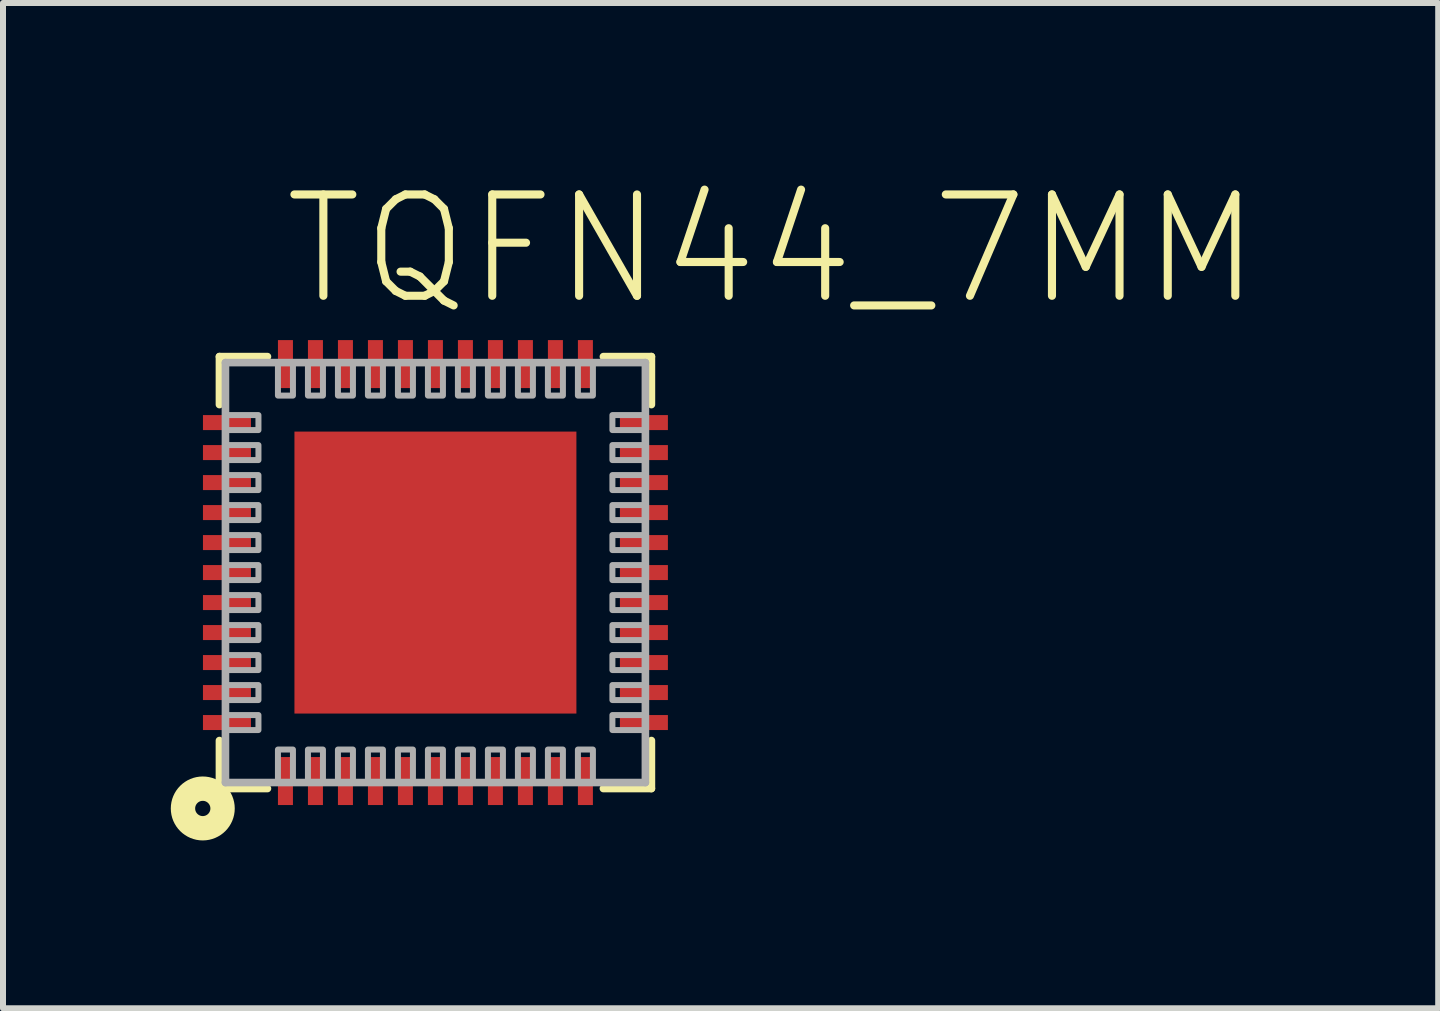
<source format=kicad_pcb>
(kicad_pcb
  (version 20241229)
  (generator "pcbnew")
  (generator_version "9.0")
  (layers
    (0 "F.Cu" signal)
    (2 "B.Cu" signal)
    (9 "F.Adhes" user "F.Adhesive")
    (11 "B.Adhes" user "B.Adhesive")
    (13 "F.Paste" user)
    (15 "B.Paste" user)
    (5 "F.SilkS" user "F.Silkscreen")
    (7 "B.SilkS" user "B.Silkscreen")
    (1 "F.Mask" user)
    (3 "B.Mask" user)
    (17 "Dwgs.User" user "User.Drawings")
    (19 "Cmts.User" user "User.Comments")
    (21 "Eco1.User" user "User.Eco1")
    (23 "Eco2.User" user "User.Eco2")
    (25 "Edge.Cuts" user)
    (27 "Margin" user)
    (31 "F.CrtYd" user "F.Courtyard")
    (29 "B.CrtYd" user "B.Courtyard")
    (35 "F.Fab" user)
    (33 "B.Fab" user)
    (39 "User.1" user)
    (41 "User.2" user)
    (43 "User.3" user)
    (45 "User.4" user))
  (footprint "TQFN44_7MM"
    (layer "F.Cu")
    (at 4.208 6.494)
    (property "Reference" "TQFN44_7MM" (at -2.6 -4.4 0) (layer "F.SilkS") (effects (font (size 1.689 1.689) (thickness 0.135)) (justify left bottom)))
    (attr through_hole)
    (fp_line (start -3.6 -3.6) (end -3.6 -2.8) (stroke (width 0.127) (type solid)) (layer "F.SilkS"))
    (fp_line (start -3.6 2.8) (end -3.6 3.6) (stroke (width 0.127) (type solid)) (layer "F.SilkS"))
    (fp_line (start -3.6 3.6) (end -2.8 3.6) (stroke (width 0.127) (type solid)) (layer "F.SilkS"))
    (fp_line (start -2.8 -3.6) (end -3.6 -3.6) (stroke (width 0.127) (type solid)) (layer "F.SilkS"))
    (fp_line (start 2.8 -3.6) (end 3.6 -3.6) (stroke (width 0.127) (type solid)) (layer "F.SilkS"))
    (fp_line (start 3.6 -3.6) (end 3.6 -2.8) (stroke (width 0.127) (type solid)) (layer "F.SilkS"))
    (fp_line (start 3.6 2.8) (end 3.6 3.6) (stroke (width 0.127) (type solid)) (layer "F.SilkS"))
    (fp_line (start 3.6 3.6) (end 2.8 3.6) (stroke (width 0.127) (type solid)) (layer "F.SilkS"))
    (fp_circle (center -3.878 3.932) (end -3.751 3.932) (stroke (width 0.406) (type solid)) (fill no) (layer "F.SilkS"))
    (fp_poly (pts (xy -2 -0.5) (xy -1 -0.5) (xy -1 -2) (xy -2 -2)) (stroke (width 0) (type solid)) (fill yes) (layer "F.Paste"))
    (fp_poly (pts (xy -2 2) (xy -1 2) (xy -1 0.5) (xy -2 0.5)) (stroke (width 0) (type solid)) (fill yes) (layer "F.Paste"))
    (fp_poly (pts (xy -0.5 -0.5) (xy 0.5 -0.5) (xy 0.5 -2) (xy -0.5 -2)) (stroke (width 0) (type solid)) (fill yes) (layer "F.Paste"))
    (fp_poly (pts (xy -0.5 2) (xy 0.5 2) (xy 0.5 0.5) (xy -0.5 0.5)) (stroke (width 0) (type solid)) (fill yes) (layer "F.Paste"))
    (fp_poly (pts (xy 1 -0.5) (xy 2 -0.5) (xy 2 -2) (xy 1 -2)) (stroke (width 0) (type solid)) (fill yes) (layer "F.Paste"))
    (fp_poly (pts (xy 1 2) (xy 2 2) (xy 2 0.5) (xy 1 0.5)) (stroke (width 0) (type solid)) (fill yes) (layer "F.Paste"))
    (fp_line (start -3.5 -3.5) (end 3.5 -3.5) (stroke (width 0.127) (type solid)) (layer "F.Fab"))
    (fp_line (start -3.5 3.5) (end -3.5 -3.5) (stroke (width 0.127) (type solid)) (layer "F.Fab"))
    (fp_line (start 3.5 -3.5) (end 3.5 3.5) (stroke (width 0.127) (type solid)) (layer "F.Fab"))
    (fp_line (start 3.5 3.5) (end -3.5 3.5) (stroke (width 0.127) (type solid)) (layer "F.Fab"))
    (fp_poly (pts (xy -3.5 -2.375) (xy -2.95 -2.375) (xy -2.95 -2.625) (xy -3.5 -2.625)) (stroke (width 0.1) (type solid)) (fill no) (layer "F.Fab"))
    (fp_poly (pts (xy -3.5 -1.875) (xy -2.95 -1.875) (xy -2.95 -2.125) (xy -3.5 -2.125)) (stroke (width 0.1) (type solid)) (fill no) (layer "F.Fab"))
    (fp_poly (pts (xy -3.5 -1.375) (xy -2.95 -1.375) (xy -2.95 -1.625) (xy -3.5 -1.625)) (stroke (width 0.1) (type solid)) (fill no) (layer "F.Fab"))
    (fp_poly (pts (xy -3.5 -0.875) (xy -2.95 -0.875) (xy -2.95 -1.125) (xy -3.5 -1.125)) (stroke (width 0.1) (type solid)) (fill no) (layer "F.Fab"))
    (fp_poly (pts (xy -3.5 -0.375) (xy -2.95 -0.375) (xy -2.95 -0.625) (xy -3.5 -0.625)) (stroke (width 0.1) (type solid)) (fill no) (layer "F.Fab"))
    (fp_poly (pts (xy -3.5 0.125) (xy -2.95 0.125) (xy -2.95 -0.125) (xy -3.5 -0.125)) (stroke (width 0.1) (type solid)) (fill no) (layer "F.Fab"))
    (fp_poly (pts (xy -3.5 0.625) (xy -2.95 0.625) (xy -2.95 0.375) (xy -3.5 0.375)) (stroke (width 0.1) (type solid)) (fill no) (layer "F.Fab"))
    (fp_poly (pts (xy -3.5 1.125) (xy -2.95 1.125) (xy -2.95 0.875) (xy -3.5 0.875)) (stroke (width 0.1) (type solid)) (fill no) (layer "F.Fab"))
    (fp_poly (pts (xy -3.5 1.625) (xy -2.95 1.625) (xy -2.95 1.375) (xy -3.5 1.375)) (stroke (width 0.1) (type solid)) (fill no) (layer "F.Fab"))
    (fp_poly (pts (xy -3.5 2.125) (xy -2.95 2.125) (xy -2.95 1.875) (xy -3.5 1.875)) (stroke (width 0.1) (type solid)) (fill no) (layer "F.Fab"))
    (fp_poly (pts (xy -3.5 2.625) (xy -2.95 2.625) (xy -2.95 2.375) (xy -3.5 2.375)) (stroke (width 0.1) (type solid)) (fill no) (layer "F.Fab"))
    (fp_poly (pts (xy -2.625 -3.5) (xy -2.625 -2.95) (xy -2.375 -2.95) (xy -2.375 -3.5)) (stroke (width 0.1) (type solid)) (fill no) (layer "F.Fab"))
    (fp_poly (pts (xy -2.375 3.5) (xy -2.375 2.95) (xy -2.625 2.95) (xy -2.625 3.5)) (stroke (width 0.1) (type solid)) (fill no) (layer "F.Fab"))
    (fp_poly (pts (xy -2.125 -3.5) (xy -2.125 -2.95) (xy -1.875 -2.95) (xy -1.875 -3.5)) (stroke (width 0.1) (type solid)) (fill no) (layer "F.Fab"))
    (fp_poly (pts (xy -1.875 3.5) (xy -1.875 2.95) (xy -2.125 2.95) (xy -2.125 3.5)) (stroke (width 0.1) (type solid)) (fill no) (layer "F.Fab"))
    (fp_poly (pts (xy -1.625 -3.5) (xy -1.625 -2.95) (xy -1.375 -2.95) (xy -1.375 -3.5)) (stroke (width 0.1) (type solid)) (fill no) (layer "F.Fab"))
    (fp_poly (pts (xy -1.375 3.5) (xy -1.375 2.95) (xy -1.625 2.95) (xy -1.625 3.5)) (stroke (width 0.1) (type solid)) (fill no) (layer "F.Fab"))
    (fp_poly (pts (xy -1.125 -3.5) (xy -1.125 -2.95) (xy -0.875 -2.95) (xy -0.875 -3.5)) (stroke (width 0.1) (type solid)) (fill no) (layer "F.Fab"))
    (fp_poly (pts (xy -0.875 3.5) (xy -0.875 2.95) (xy -1.125 2.95) (xy -1.125 3.5)) (stroke (width 0.1) (type solid)) (fill no) (layer "F.Fab"))
    (fp_poly (pts (xy -0.625 -3.5) (xy -0.625 -2.95) (xy -0.375 -2.95) (xy -0.375 -3.5)) (stroke (width 0.1) (type solid)) (fill no) (layer "F.Fab"))
    (fp_poly (pts (xy -0.375 3.5) (xy -0.375 2.95) (xy -0.625 2.95) (xy -0.625 3.5)) (stroke (width 0.1) (type solid)) (fill no) (layer "F.Fab"))
    (fp_poly (pts (xy -0.125 -3.5) (xy -0.125 -2.95) (xy 0.125 -2.95) (xy 0.125 -3.5)) (stroke (width 0.1) (type solid)) (fill no) (layer "F.Fab"))
    (fp_poly (pts (xy 0.125 3.5) (xy 0.125 2.95) (xy -0.125 2.95) (xy -0.125 3.5)) (stroke (width 0.1) (type solid)) (fill no) (layer "F.Fab"))
    (fp_poly (pts (xy 0.375 -3.5) (xy 0.375 -2.95) (xy 0.625 -2.95) (xy 0.625 -3.5)) (stroke (width 0.1) (type solid)) (fill no) (layer "F.Fab"))
    (fp_poly (pts (xy 0.625 3.5) (xy 0.625 2.95) (xy 0.375 2.95) (xy 0.375 3.5)) (stroke (width 0.1) (type solid)) (fill no) (layer "F.Fab"))
    (fp_poly (pts (xy 0.875 -3.5) (xy 0.875 -2.95) (xy 1.125 -2.95) (xy 1.125 -3.5)) (stroke (width 0.1) (type solid)) (fill no) (layer "F.Fab"))
    (fp_poly (pts (xy 1.125 3.5) (xy 1.125 2.95) (xy 0.875 2.95) (xy 0.875 3.5)) (stroke (width 0.1) (type solid)) (fill no) (layer "F.Fab"))
    (fp_poly (pts (xy 1.375 -3.5) (xy 1.375 -2.95) (xy 1.625 -2.95) (xy 1.625 -3.5)) (stroke (width 0.1) (type solid)) (fill no) (layer "F.Fab"))
    (fp_poly (pts (xy 1.625 3.5) (xy 1.625 2.95) (xy 1.375 2.95) (xy 1.375 3.5)) (stroke (width 0.1) (type solid)) (fill no) (layer "F.Fab"))
    (fp_poly (pts (xy 1.875 -3.5) (xy 1.875 -2.95) (xy 2.125 -2.95) (xy 2.125 -3.5)) (stroke (width 0.1) (type solid)) (fill no) (layer "F.Fab"))
    (fp_poly (pts (xy 2.125 3.5) (xy 2.125 2.95) (xy 1.875 2.95) (xy 1.875 3.5)) (stroke (width 0.1) (type solid)) (fill no) (layer "F.Fab"))
    (fp_poly (pts (xy 2.375 -3.5) (xy 2.375 -2.95) (xy 2.625 -2.95) (xy 2.625 -3.5)) (stroke (width 0.1) (type solid)) (fill no) (layer "F.Fab"))
    (fp_poly (pts (xy 2.625 3.5) (xy 2.625 2.95) (xy 2.375 2.95) (xy 2.375 3.5)) (stroke (width 0.1) (type solid)) (fill no) (layer "F.Fab"))
    (fp_poly (pts (xy 3.5 -2.625) (xy 2.95 -2.625) (xy 2.95 -2.375) (xy 3.5 -2.375)) (stroke (width 0.1) (type solid)) (fill no) (layer "F.Fab"))
    (fp_poly (pts (xy 3.5 -2.125) (xy 2.95 -2.125) (xy 2.95 -1.875) (xy 3.5 -1.875)) (stroke (width 0.1) (type solid)) (fill no) (layer "F.Fab"))
    (fp_poly (pts (xy 3.5 -1.625) (xy 2.95 -1.625) (xy 2.95 -1.375) (xy 3.5 -1.375)) (stroke (width 0.1) (type solid)) (fill no) (layer "F.Fab"))
    (fp_poly (pts (xy 3.5 -1.125) (xy 2.95 -1.125) (xy 2.95 -0.875) (xy 3.5 -0.875)) (stroke (width 0.1) (type solid)) (fill no) (layer "F.Fab"))
    (fp_poly (pts (xy 3.5 -0.625) (xy 2.95 -0.625) (xy 2.95 -0.375) (xy 3.5 -0.375)) (stroke (width 0.1) (type solid)) (fill no) (layer "F.Fab"))
    (fp_poly (pts (xy 3.5 -0.125) (xy 2.95 -0.125) (xy 2.95 0.125) (xy 3.5 0.125)) (stroke (width 0.1) (type solid)) (fill no) (layer "F.Fab"))
    (fp_poly (pts (xy 3.5 0.375) (xy 2.95 0.375) (xy 2.95 0.625) (xy 3.5 0.625)) (stroke (width 0.1) (type solid)) (fill no) (layer "F.Fab"))
    (fp_poly (pts (xy 3.5 0.875) (xy 2.95 0.875) (xy 2.95 1.125) (xy 3.5 1.125)) (stroke (width 0.1) (type solid)) (fill no) (layer "F.Fab"))
    (fp_poly (pts (xy 3.5 1.375) (xy 2.95 1.375) (xy 2.95 1.625) (xy 3.5 1.625)) (stroke (width 0.1) (type solid)) (fill no) (layer "F.Fab"))
    (fp_poly (pts (xy 3.5 1.875) (xy 2.95 1.875) (xy 2.95 2.125) (xy 3.5 2.125)) (stroke (width 0.1) (type solid)) (fill no) (layer "F.Fab"))
    (fp_poly (pts (xy 3.5 2.375) (xy 2.95 2.375) (xy 2.95 2.625) (xy 3.5 2.625)) (stroke (width 0.1) (type solid)) (fill no) (layer "F.Fab"))
    (pad "1" smd rect (at -2.5 3.475 90) (size 0.8 0.25) (layers "F.Cu" "F.Mask" "F.Paste"))
    (pad "2" smd rect (at -2 3.475 90) (size 0.8 0.25) (layers "F.Cu" "F.Mask" "F.Paste"))
    (pad "3" smd rect (at -1.5 3.475 90) (size 0.8 0.25) (layers "F.Cu" "F.Mask" "F.Paste"))
    (pad "4" smd rect (at -1 3.475 90) (size 0.8 0.25) (layers "F.Cu" "F.Mask" "F.Paste"))
    (pad "5" smd rect (at -0.5 3.475 90) (size 0.8 0.25) (layers "F.Cu" "F.Mask" "F.Paste"))
    (pad "6" smd rect (at 0 3.475 90) (size 0.8 0.25) (layers "F.Cu" "F.Mask" "F.Paste"))
    (pad "7" smd rect (at 0.5 3.475 90) (size 0.8 0.25) (layers "F.Cu" "F.Mask" "F.Paste"))
    (pad "8" smd rect (at 1 3.475 90) (size 0.8 0.25) (layers "F.Cu" "F.Mask" "F.Paste"))
    (pad "9" smd rect (at 1.5 3.475 90) (size 0.8 0.25) (layers "F.Cu" "F.Mask" "F.Paste"))
    (pad "10" smd rect (at 2 3.475 90) (size 0.8 0.25) (layers "F.Cu" "F.Mask" "F.Paste"))
    (pad "11" smd rect (at 2.5 3.475 90) (size 0.8 0.25) (layers "F.Cu" "F.Mask" "F.Paste"))
    (pad "12" smd rect (at 3.475 2.5 180) (size 0.8 0.25) (layers "F.Cu" "F.Mask" "F.Paste"))
    (pad "13" smd rect (at 3.475 2 180) (size 0.8 0.25) (layers "F.Cu" "F.Mask" "F.Paste"))
    (pad "14" smd rect (at 3.475 1.5 180) (size 0.8 0.25) (layers "F.Cu" "F.Mask" "F.Paste"))
    (pad "15" smd rect (at 3.475 1 180) (size 0.8 0.25) (layers "F.Cu" "F.Mask" "F.Paste"))
    (pad "16" smd rect (at 3.475 0.5 180) (size 0.8 0.25) (layers "F.Cu" "F.Mask" "F.Paste"))
    (pad "17" smd rect (at 3.475 0 180) (size 0.8 0.25) (layers "F.Cu" "F.Mask" "F.Paste"))
    (pad "18" smd rect (at 3.475 -0.5 180) (size 0.8 0.25) (layers "F.Cu" "F.Mask" "F.Paste"))
    (pad "19" smd rect (at 3.475 -1 180) (size 0.8 0.25) (layers "F.Cu" "F.Mask" "F.Paste"))
    (pad "20" smd rect (at 3.475 -1.5 180) (size 0.8 0.25) (layers "F.Cu" "F.Mask" "F.Paste"))
    (pad "21" smd rect (at 3.475 -2 180) (size 0.8 0.25) (layers "F.Cu" "F.Mask" "F.Paste"))
    (pad "22" smd rect (at 3.475 -2.5 180) (size 0.8 0.25) (layers "F.Cu" "F.Mask" "F.Paste"))
    (pad "23" smd rect (at 2.5 -3.475 270) (size 0.8 0.25) (layers "F.Cu" "F.Mask" "F.Paste"))
    (pad "24" smd rect (at 2 -3.475 270) (size 0.8 0.25) (layers "F.Cu" "F.Mask" "F.Paste"))
    (pad "25" smd rect (at 1.5 -3.475 270) (size 0.8 0.25) (layers "F.Cu" "F.Mask" "F.Paste"))
    (pad "26" smd rect (at 1 -3.475 270) (size 0.8 0.25) (layers "F.Cu" "F.Mask" "F.Paste"))
    (pad "27" smd rect (at 0.5 -3.475 270) (size 0.8 0.25) (layers "F.Cu" "F.Mask" "F.Paste"))
    (pad "28" smd rect (at 0 -3.475 270) (size 0.8 0.25) (layers "F.Cu" "F.Mask" "F.Paste"))
    (pad "29" smd rect (at -0.5 -3.475 270) (size 0.8 0.25) (layers "F.Cu" "F.Mask" "F.Paste"))
    (pad "30" smd rect (at -1 -3.475 270) (size 0.8 0.25) (layers "F.Cu" "F.Mask" "F.Paste"))
    (pad "31" smd rect (at -1.5 -3.475 270) (size 0.8 0.25) (layers "F.Cu" "F.Mask" "F.Paste"))
    (pad "32" smd rect (at -2 -3.475 270) (size 0.8 0.25) (layers "F.Cu" "F.Mask" "F.Paste"))
    (pad "33" smd rect (at -2.5 -3.475 270) (size 0.8 0.25) (layers "F.Cu" "F.Mask" "F.Paste"))
    (pad "34" smd rect (at -3.475 -2.5) (size 0.8 0.25) (layers "F.Cu" "F.Mask" "F.Paste"))
    (pad "35" smd rect (at -3.475 -2) (size 0.8 0.25) (layers "F.Cu" "F.Mask" "F.Paste"))
    (pad "36" smd rect (at -3.475 -1.5) (size 0.8 0.25) (layers "F.Cu" "F.Mask" "F.Paste"))
    (pad "37" smd rect (at -3.475 -1) (size 0.8 0.25) (layers "F.Cu" "F.Mask" "F.Paste"))
    (pad "38" smd rect (at -3.475 -0.5) (size 0.8 0.25) (layers "F.Cu" "F.Mask" "F.Paste"))
    (pad "39" smd rect (at -3.475 0) (size 0.8 0.25) (layers "F.Cu" "F.Mask" "F.Paste"))
    (pad "40" smd rect (at -3.475 0.5) (size 0.8 0.25) (layers "F.Cu" "F.Mask" "F.Paste"))
    (pad "41" smd rect (at -3.475 1) (size 0.8 0.25) (layers "F.Cu" "F.Mask" "F.Paste"))
    (pad "42" smd rect (at -3.475 1.5) (size 0.8 0.25) (layers "F.Cu" "F.Mask" "F.Paste"))
    (pad "43" smd rect (at -3.475 2) (size 0.8 0.25) (layers "F.Cu" "F.Mask" "F.Paste"))
    (pad "44" smd rect (at -3.475 2.5) (size 0.8 0.25) (layers "F.Cu" "F.Mask" "F.Paste"))
    (pad "THERMAL" smd rect (at 0 0) (size 4.7 4.7) (layers "F.Cu" "F.Mask")))
  (gr_rect
    (start -3 -3)
    (end 20.923 13.757)
    (stroke (width 0.1) (type default))
    (fill no)
    (layer "Edge.Cuts")))
</source>
